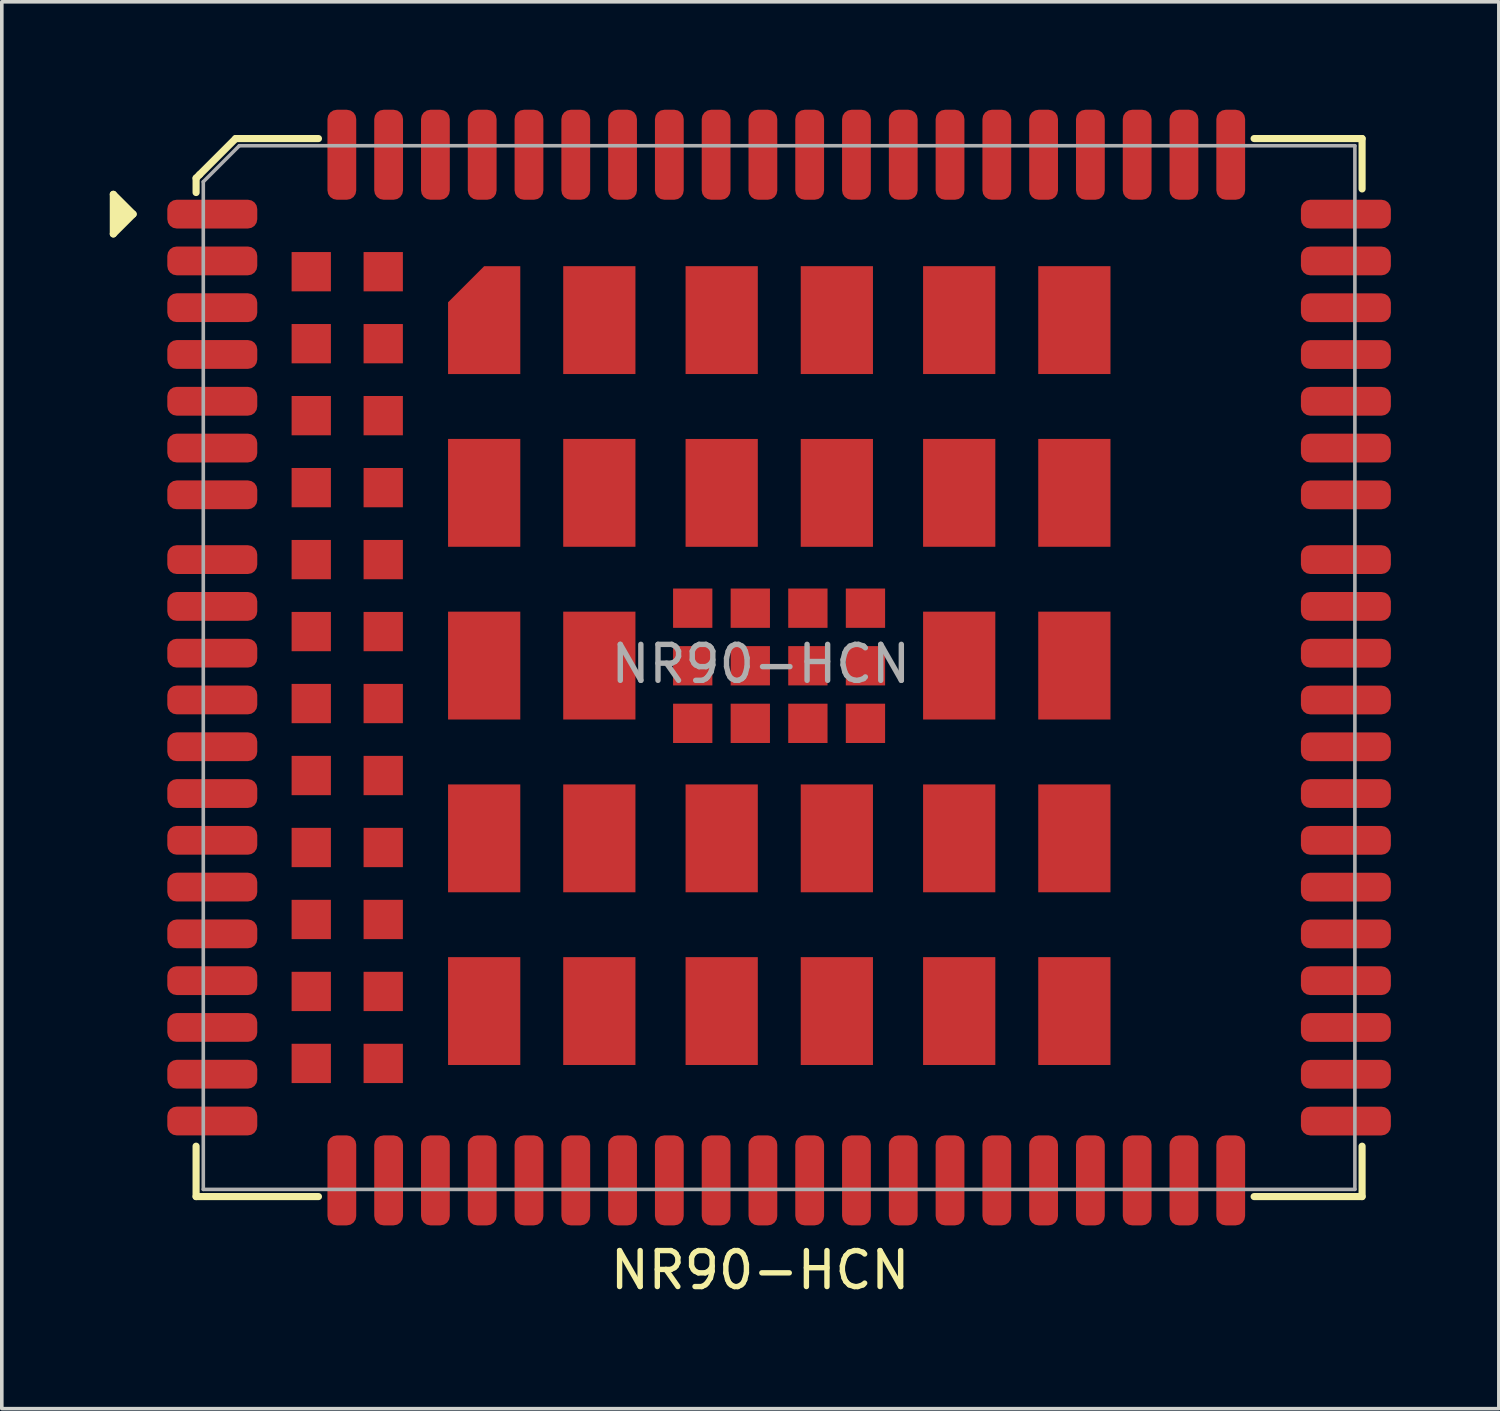
<source format=kicad_pcb>
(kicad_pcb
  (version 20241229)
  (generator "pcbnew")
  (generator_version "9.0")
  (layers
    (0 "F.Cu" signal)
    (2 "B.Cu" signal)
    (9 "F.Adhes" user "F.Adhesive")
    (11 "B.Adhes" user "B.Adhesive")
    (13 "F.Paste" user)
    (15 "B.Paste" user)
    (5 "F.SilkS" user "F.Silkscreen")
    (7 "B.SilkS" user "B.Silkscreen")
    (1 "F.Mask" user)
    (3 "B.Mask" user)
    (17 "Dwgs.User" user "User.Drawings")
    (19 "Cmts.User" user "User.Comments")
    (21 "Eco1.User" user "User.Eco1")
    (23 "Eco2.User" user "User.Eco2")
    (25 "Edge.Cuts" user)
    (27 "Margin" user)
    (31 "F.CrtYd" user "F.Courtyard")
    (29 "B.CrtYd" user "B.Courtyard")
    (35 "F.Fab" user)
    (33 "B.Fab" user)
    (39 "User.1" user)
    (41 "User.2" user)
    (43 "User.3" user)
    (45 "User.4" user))
  (footprint "NR90-HCN"
    (layer "F.Cu")
    (at 18.091 15.4)
    (property "Reference" "NR90-HCN" (at -0.019 16.845 180) (layer "F.SilkS") (effects (font (size 1 1) (thickness 0.15))))
    (fp_poly (pts (xy 14.282 -8.48) (xy 14.095 -8.416) (xy 13.745 -8.232) (xy 13.428 -7.997) (xy 13.151 -7.715) (xy 12.921 -7.393) (xy 12.744 -7.04) (xy 12.623 -6.664) (xy 12.562 -6.274) (xy 12.562 -6.076) (xy 12.562 -5.878) (xy 12.623 -5.488) (xy 12.744 -5.112) (xy 12.921 -4.759) (xy 13.151 -4.437) (xy 13.428 -4.155) (xy 13.745 -3.919) (xy 14.095 -3.736) (xy 14.282 -3.672) (xy 14.282 -5.279) (xy 14.209 -5.362) (xy 14.089 -5.546) (xy 14.006 -5.75) (xy 13.964 -5.966) (xy 13.959 -6.076) (xy 13.964 -6.186) (xy 14.006 -6.402) (xy 14.089 -6.606) (xy 14.209 -6.79) (xy 14.282 -6.873)) (stroke (width 0) (type default)) (fill yes) (layer "F.Mask"))
    (fp_poly (pts (xy 14.086 12.277) (xy 14.022 12.09) (xy 13.838 11.74) (xy 13.603 11.423) (xy 13.321 11.146) (xy 12.999 10.916) (xy 12.646 10.739) (xy 12.27 10.618) (xy 11.879 10.557) (xy 11.682 10.557) (xy 11.484 10.557) (xy 11.094 10.618) (xy 10.718 10.739) (xy 10.364 10.916) (xy 10.043 11.146) (xy 9.761 11.423) (xy 9.525 11.74) (xy 9.342 12.09) (xy 9.278 12.277) (xy 10.885 12.277) (xy 10.968 12.204) (xy 11.152 12.084) (xy 11.356 12.001) (xy 11.572 11.959) (xy 11.682 11.954) (xy 11.792 11.959) (xy 12.008 12.001) (xy 12.212 12.084) (xy 12.396 12.204) (xy 12.479 12.277) (xy 12.479 12.277)) (stroke (width 0) (type default)) (fill yes) (layer "F.Mask"))
    (fp_poly (pts (xy 14.282 -2.78) (xy 14.095 -2.716) (xy 13.745 -2.532) (xy 13.428 -2.297) (xy 13.151 -2.015) (xy 12.921 -1.693) (xy 12.744 -1.34) (xy 12.623 -0.964) (xy 12.562 -0.574) (xy 12.562 -0.376) (xy 12.562 -0.178) (xy 12.623 0.212) (xy 12.744 0.588) (xy 12.921 0.941) (xy 13.151 1.263) (xy 13.428 1.545) (xy 13.745 1.781) (xy 14.095 1.964) (xy 14.282 2.028) (xy 14.282 0.421) (xy 14.209 0.338) (xy 14.089 0.154) (xy 14.006 -0.05) (xy 13.964 -0.266) (xy 13.959 -0.376) (xy 13.964 -0.486) (xy 14.006 -0.702) (xy 14.089 -0.906) (xy 14.209 -1.09) (xy 14.282 -1.173) (xy 14.282 -1.173)) (stroke (width 0) (type default)) (fill yes) (layer "F.Mask"))
    (fp_line (start -17.992 -13.05) (end -17.992 -11.95) (stroke (width 0.198) (type solid)) (layer "F.SilkS"))
    (fp_line (start -17.442 -12.5) (end -17.992 -13.05) (stroke (width 0.198) (type solid)) (layer "F.SilkS"))
    (fp_line (start -17.442 -12.5) (end -17.992 -11.95) (stroke (width 0.198) (type solid)) (layer "F.SilkS"))
    (fp_line (start -15.692 -13.5) (end -15.692 -13.1) (stroke (width 0.198) (type solid)) (layer "F.SilkS"))
    (fp_line (start -15.692 13.4) (end -15.692 14.8) (stroke (width 0.198) (type solid)) (layer "F.SilkS"))
    (fp_line (start -15.592 -13.6) (end -15.692 -13.5) (stroke (width 0.198) (type solid)) (layer "F.SilkS"))
    (fp_line (start -14.592 -14.6) (end -15.592 -13.6) (stroke (width 0.198) (type solid)) (layer "F.SilkS"))
    (fp_line (start -12.292 -14.6) (end -14.592 -14.6) (stroke (width 0.198) (type solid)) (layer "F.SilkS"))
    (fp_line (start -12.292 14.8) (end -15.692 14.8) (stroke (width 0.198) (type solid)) (layer "F.SilkS"))
    (fp_line (start 16.708 -14.6) (end 13.708 -14.6) (stroke (width 0.198) (type solid)) (layer "F.SilkS"))
    (fp_line (start 16.708 -14.6) (end 16.708 -13.2) (stroke (width 0.198) (type solid)) (layer "F.SilkS"))
    (fp_line (start 16.708 13.4) (end 16.708 14.8) (stroke (width 0.198) (type solid)) (layer "F.SilkS"))
    (fp_line (start 16.708 14.8) (end 13.708 14.8) (stroke (width 0.198) (type solid)) (layer "F.SilkS"))
    (fp_poly (pts (xy -17.442 -12.5) (xy -17.992 -13.05) (xy -17.992 -11.95)) (stroke (width 0) (type default)) (fill yes) (layer "F.SilkS"))
    (fp_line (start -15.492 -13.4) (end -15.492 14.6) (stroke (width 0.1) (type solid)) (layer "F.Fab"))
    (fp_line (start -14.492 -14.4) (end -15.492 -13.4) (stroke (width 0.1) (type solid)) (layer "F.Fab"))
    (fp_line (start 16.508 -14.4) (end -14.492 -14.4) (stroke (width 0.1) (type solid)) (layer "F.Fab"))
    (fp_line (start 16.508 -14.4) (end 16.508 14.6) (stroke (width 0.1) (type solid)) (layer "F.Fab"))
    (fp_line (start 16.508 14.6) (end -15.492 14.6) (stroke (width 0.1) (type solid)) (layer "F.Fab"))
    (fp_text user "${REFERENCE}" (at 0 0 0) (layer "F.Fab") (effects (font (size 1 1) (thickness 0.15))))
    (pad "1" smd roundrect (at -15.242 -12.5 180) (size 2.5 0.8) (layers "F.Cu" "F.Mask" "F.Paste") (roundrect_rratio 0.325))
    (pad "2" smd roundrect (at -15.242 -11.2 180) (size 2.5 0.8) (layers "F.Cu" "F.Mask" "F.Paste") (roundrect_rratio 0.325))
    (pad "3" smd roundrect (at -15.242 -9.9 180) (size 2.5 0.8) (layers "F.Cu" "F.Mask" "F.Paste") (roundrect_rratio 0.325))
    (pad "4" smd roundrect (at -15.242 -8.6 180) (size 2.5 0.8) (layers "F.Cu" "F.Mask" "F.Paste") (roundrect_rratio 0.325))
    (pad "5" smd roundrect (at -15.242 -7.3 180) (size 2.5 0.8) (layers "F.Cu" "F.Mask" "F.Paste") (roundrect_rratio 0.325))
    (pad "6" smd roundrect (at -15.242 -6 180) (size 2.5 0.8) (layers "F.Cu" "F.Mask" "F.Paste") (roundrect_rratio 0.325))
    (pad "7" smd roundrect (at -15.242 -4.7 180) (size 2.5 0.8) (layers "F.Cu" "F.Mask" "F.Paste") (roundrect_rratio 0.325))
    (pad "8" smd roundrect (at -15.242 -0.3 180) (size 2.5 0.8) (layers "F.Cu" "F.Mask" "F.Paste") (roundrect_rratio 0.325))
    (pad "9" smd roundrect (at -15.242 1 180) (size 2.5 0.8) (layers "F.Cu" "F.Mask" "F.Paste") (roundrect_rratio 0.325))
    (pad "10" smd roundrect (at -15.242 2.3 180) (size 2.5 0.8) (layers "F.Cu" "F.Mask" "F.Paste") (roundrect_rratio 0.325))
    (pad "11" smd roundrect (at -15.242 3.6 180) (size 2.5 0.8) (layers "F.Cu" "F.Mask" "F.Paste") (roundrect_rratio 0.325))
    (pad "12" smd roundrect (at -15.242 4.9 180) (size 2.5 0.8) (layers "F.Cu" "F.Mask" "F.Paste") (roundrect_rratio 0.325))
    (pad "13" smd roundrect (at -15.242 6.2 180) (size 2.5 0.8) (layers "F.Cu" "F.Mask" "F.Paste") (roundrect_rratio 0.325))
    (pad "14" smd roundrect (at -15.242 7.5 180) (size 2.5 0.8) (layers "F.Cu" "F.Mask" "F.Paste") (roundrect_rratio 0.325))
    (pad "15" smd roundrect (at -15.242 8.8 180) (size 2.5 0.8) (layers "F.Cu" "F.Mask" "F.Paste") (roundrect_rratio 0.325))
    (pad "16" smd roundrect (at -15.242 10.1 180) (size 2.5 0.8) (layers "F.Cu" "F.Mask" "F.Paste") (roundrect_rratio 0.325))
    (pad "17" smd roundrect (at -15.242 11.4 180) (size 2.5 0.8) (layers "F.Cu" "F.Mask" "F.Paste") (roundrect_rratio 0.325))
    (pad "18" smd roundrect (at -15.242 12.7 180) (size 2.5 0.8) (layers "F.Cu" "F.Mask" "F.Paste") (roundrect_rratio 0.325))
    (pad "19" smd roundrect (at -9.042 14.35 270) (size 2.5 0.8) (layers "F.Cu" "F.Mask" "F.Paste") (roundrect_rratio 0.325))
    (pad "20" smd roundrect (at -7.742 14.35 270) (size 2.5 0.8) (layers "F.Cu" "F.Mask" "F.Paste") (roundrect_rratio 0.325))
    (pad "21" smd roundrect (at -6.442 14.35 270) (size 2.5 0.8) (layers "F.Cu" "F.Mask" "F.Paste") (roundrect_rratio 0.325))
    (pad "22" smd roundrect (at -5.142 14.35 270) (size 2.5 0.8) (layers "F.Cu" "F.Mask" "F.Paste") (roundrect_rratio 0.325))
    (pad "23" smd roundrect (at -3.842 14.35 270) (size 2.5 0.8) (layers "F.Cu" "F.Mask" "F.Paste") (roundrect_rratio 0.325))
    (pad "24" smd roundrect (at -2.542 14.35 270) (size 2.5 0.8) (layers "F.Cu" "F.Mask" "F.Paste") (roundrect_rratio 0.325))
    (pad "25" smd roundrect (at -1.242 14.35 270) (size 2.5 0.8) (layers "F.Cu" "F.Mask" "F.Paste") (roundrect_rratio 0.325))
    (pad "26" smd roundrect (at 0.058 14.35 270) (size 2.5 0.8) (layers "F.Cu" "F.Mask" "F.Paste") (roundrect_rratio 0.325))
    (pad "27" smd roundrect (at 1.358 14.35 270) (size 2.5 0.8) (layers "F.Cu" "F.Mask" "F.Paste") (roundrect_rratio 0.325))
    (pad "28" smd roundrect (at 2.658 14.35 270) (size 2.5 0.8) (layers "F.Cu" "F.Mask" "F.Paste") (roundrect_rratio 0.325))
    (pad "29" smd roundrect (at 3.958 14.35 270) (size 2.5 0.8) (layers "F.Cu" "F.Mask" "F.Paste") (roundrect_rratio 0.325))
    (pad "30" smd roundrect (at 5.258 14.35 270) (size 2.5 0.8) (layers "F.Cu" "F.Mask" "F.Paste") (roundrect_rratio 0.325))
    (pad "31" smd roundrect (at 6.558 14.35 270) (size 2.5 0.8) (layers "F.Cu" "F.Mask" "F.Paste") (roundrect_rratio 0.325))
    (pad "32" smd roundrect (at 7.858 14.35 270) (size 2.5 0.8) (layers "F.Cu" "F.Mask" "F.Paste") (roundrect_rratio 0.325))
    (pad "33" smd roundrect (at 9.158 14.35 270) (size 2.5 0.8) (layers "F.Cu" "F.Mask" "F.Paste") (roundrect_rratio 0.325))
    (pad "34" smd roundrect (at 10.458 14.35 270) (size 2.5 0.8) (layers "F.Cu" "F.Mask" "F.Paste") (roundrect_rratio 0.325))
    (pad "35" smd roundrect (at 11.758 14.35 270) (size 2.5 0.8) (layers "F.Cu" "F.Mask" "F.Paste") (roundrect_rratio 0.325))
    (pad "36" smd roundrect (at 13.058 14.35 270) (size 2.5 0.8) (layers "F.Cu" "F.Mask" "F.Paste") (roundrect_rratio 0.325))
    (pad "37" smd roundrect (at 16.258 12.701) (size 2.5 0.8) (layers "F.Cu" "F.Mask" "F.Paste") (roundrect_rratio 0.325))
    (pad "38" smd roundrect (at 16.258 11.401) (size 2.5 0.8) (layers "F.Cu" "F.Mask" "F.Paste") (roundrect_rratio 0.325))
    (pad "39" smd roundrect (at 16.258 10.101) (size 2.5 0.8) (layers "F.Cu" "F.Mask" "F.Paste") (roundrect_rratio 0.325))
    (pad "40" smd roundrect (at 16.258 8.801) (size 2.5 0.8) (layers "F.Cu" "F.Mask" "F.Paste") (roundrect_rratio 0.325))
    (pad "41" smd roundrect (at 16.258 7.501) (size 2.5 0.8) (layers "F.Cu" "F.Mask" "F.Paste") (roundrect_rratio 0.325))
    (pad "42" smd roundrect (at 16.258 6.201) (size 2.5 0.8) (layers "F.Cu" "F.Mask" "F.Paste") (roundrect_rratio 0.325))
    (pad "43" smd roundrect (at 16.258 4.901) (size 2.5 0.8) (layers "F.Cu" "F.Mask" "F.Paste") (roundrect_rratio 0.325))
    (pad "44" smd roundrect (at 16.258 3.601) (size 2.5 0.8) (layers "F.Cu" "F.Mask" "F.Paste") (roundrect_rratio 0.325))
    (pad "45" smd roundrect (at 16.258 2.301) (size 2.5 0.8) (layers "F.Cu" "F.Mask" "F.Paste") (roundrect_rratio 0.325))
    (pad "46" smd roundrect (at 16.258 1.001) (size 2.5 0.8) (layers "F.Cu" "F.Mask" "F.Paste") (roundrect_rratio 0.325))
    (pad "47" smd roundrect (at 16.258 -0.299) (size 2.5 0.8) (layers "F.Cu" "F.Mask" "F.Paste") (roundrect_rratio 0.325))
    (pad "48" smd roundrect (at 16.258 -4.699) (size 2.5 0.8) (layers "F.Cu" "F.Mask" "F.Paste") (roundrect_rratio 0.325))
    (pad "49" smd roundrect (at 16.258 -5.999) (size 2.5 0.8) (layers "F.Cu" "F.Mask" "F.Paste") (roundrect_rratio 0.325))
    (pad "50" smd roundrect (at 16.258 -7.299) (size 2.5 0.8) (layers "F.Cu" "F.Mask" "F.Paste") (roundrect_rratio 0.325))
    (pad "51" smd roundrect (at 16.258 -8.599) (size 2.5 0.8) (layers "F.Cu" "F.Mask" "F.Paste") (roundrect_rratio 0.325))
    (pad "52" smd roundrect (at 16.258 -9.899) (size 2.5 0.8) (layers "F.Cu" "F.Mask" "F.Paste") (roundrect_rratio 0.325))
    (pad "53" smd roundrect (at 16.258 -11.199) (size 2.5 0.8) (layers "F.Cu" "F.Mask" "F.Paste") (roundrect_rratio 0.325))
    (pad "54" smd roundrect (at 16.258 -12.5) (size 2.5 0.8) (layers "F.Cu" "F.Mask" "F.Paste") (roundrect_rratio 0.325))
    (pad "55" smd roundrect (at 13.058 -14.15 90) (size 2.5 0.8) (layers "F.Cu" "F.Mask" "F.Paste") (roundrect_rratio 0.325))
    (pad "56" smd roundrect (at 11.758 -14.15 90) (size 2.5 0.8) (layers "F.Cu" "F.Mask" "F.Paste") (roundrect_rratio 0.325))
    (pad "57" smd roundrect (at 10.458 -14.15 90) (size 2.5 0.8) (layers "F.Cu" "F.Mask" "F.Paste") (roundrect_rratio 0.325))
    (pad "58" smd roundrect (at 9.158 -14.15 90) (size 2.5 0.8) (layers "F.Cu" "F.Mask" "F.Paste") (roundrect_rratio 0.325))
    (pad "59" smd roundrect (at 7.858 -14.15 90) (size 2.5 0.8) (layers "F.Cu" "F.Mask" "F.Paste") (roundrect_rratio 0.325))
    (pad "60" smd roundrect (at 6.558 -14.15 90) (size 2.5 0.8) (layers "F.Cu" "F.Mask" "F.Paste") (roundrect_rratio 0.325))
    (pad "61" smd roundrect (at 5.258 -14.15 90) (size 2.5 0.8) (layers "F.Cu" "F.Mask" "F.Paste") (roundrect_rratio 0.325))
    (pad "62" smd roundrect (at 3.958 -14.15 90) (size 2.5 0.8) (layers "F.Cu" "F.Mask" "F.Paste") (roundrect_rratio 0.325))
    (pad "63" smd roundrect (at 2.658 -14.15 90) (size 2.5 0.8) (layers "F.Cu" "F.Mask" "F.Paste") (roundrect_rratio 0.325))
    (pad "64" smd roundrect (at 1.358 -14.15 90) (size 2.5 0.8) (layers "F.Cu" "F.Mask" "F.Paste") (roundrect_rratio 0.325))
    (pad "65" smd roundrect (at 0.058 -14.15 90) (size 2.5 0.8) (layers "F.Cu" "F.Mask" "F.Paste") (roundrect_rratio 0.325))
    (pad "66" smd roundrect (at -1.242 -14.15 90) (size 2.5 0.8) (layers "F.Cu" "F.Mask" "F.Paste") (roundrect_rratio 0.325))
    (pad "67" smd roundrect (at -2.542 -14.15 90) (size 2.5 0.8) (layers "F.Cu" "F.Mask" "F.Paste") (roundrect_rratio 0.325))
    (pad "68" smd roundrect (at -3.842 -14.15 90) (size 2.5 0.8) (layers "F.Cu" "F.Mask" "F.Paste") (roundrect_rratio 0.325))
    (pad "69" smd roundrect (at -5.142 -14.15 90) (size 2.5 0.8) (layers "F.Cu" "F.Mask" "F.Paste") (roundrect_rratio 0.325))
    (pad "70" smd roundrect (at -6.442 -14.15 90) (size 2.5 0.8) (layers "F.Cu" "F.Mask" "F.Paste") (roundrect_rratio 0.325))
    (pad "71" smd roundrect (at -7.742 -14.15 90) (size 2.5 0.8) (layers "F.Cu" "F.Mask" "F.Paste") (roundrect_rratio 0.325))
    (pad "72" smd roundrect (at -9.042 -14.15 90) (size 2.5 0.8) (layers "F.Cu" "F.Mask" "F.Paste") (roundrect_rratio 0.325))
    (pad "73" smd rect (at 2.908 -1.55 180) (size 1.092 1.092) (layers "F.Cu" "F.Mask" "F.Paste"))
    (pad "74" smd rect (at 2.908 0.05 180) (size 1.092 1.092) (layers "F.Cu" "F.Mask" "F.Paste"))
    (pad "75" smd rect (at 2.908 1.65 180) (size 1.092 1.092) (layers "F.Cu" "F.Mask" "F.Paste"))
    (pad "76" smd rect (at 1.308 -1.55 180) (size 1.092 1.092) (layers "F.Cu" "F.Mask" "F.Paste"))
    (pad "77" smd rect (at 1.308 0.05 180) (size 1.092 1.092) (layers "F.Cu" "F.Mask" "F.Paste"))
    (pad "78" smd rect (at 1.308 1.65 180) (size 1.092 1.092) (layers "F.Cu" "F.Mask" "F.Paste"))
    (pad "79" smd rect (at -0.292 -1.55 180) (size 1.092 1.092) (layers "F.Cu" "F.Mask" "F.Paste"))
    (pad "80" smd rect (at -0.292 0.05 180) (size 1.092 1.092) (layers "F.Cu" "F.Mask" "F.Paste"))
    (pad "81" smd rect (at -0.292 1.65 180) (size 1.092 1.092) (layers "F.Cu" "F.Mask" "F.Paste"))
    (pad "82" smd rect (at -1.892 -1.55 180) (size 1.092 1.092) (layers "F.Cu" "F.Mask" "F.Paste"))
    (pad "83" smd rect (at -1.892 0.05 180) (size 1.092 1.092) (layers "F.Cu" "F.Mask" "F.Paste"))
    (pad "84" smd rect (at -1.892 1.65 180) (size 1.092 1.092) (layers "F.Cu" "F.Mask" "F.Paste"))
    (pad "85" smd rect (at 8.713 -9.555 180) (size 2.007 2.997) (layers "F.Cu" "F.Mask" "F.Paste"))
    (pad "86" smd rect (at 8.713 -4.755 180) (size 2.007 2.997) (layers "F.Cu" "F.Mask" "F.Paste"))
    (pad "87" smd rect (at 8.713 0.045 180) (size 2.007 2.997) (layers "F.Cu" "F.Mask" "F.Paste"))
    (pad "88" smd rect (at 8.713 4.846 180) (size 2.007 2.997) (layers "F.Cu" "F.Mask" "F.Paste"))
    (pad "89" smd rect (at 8.713 9.645 180) (size 2.007 2.997) (layers "F.Cu" "F.Mask" "F.Paste"))
    (pad "90" smd rect (at 5.513 -9.555 180) (size 2.007 2.997) (layers "F.Cu" "F.Mask" "F.Paste"))
    (pad "91" smd rect (at 5.513 -4.755 180) (size 2.007 2.997) (layers "F.Cu" "F.Mask" "F.Paste"))
    (pad "92" smd rect (at 5.513 0.045 180) (size 2.007 2.997) (layers "F.Cu" "F.Mask" "F.Paste"))
    (pad "93" smd rect (at 5.513 4.846 180) (size 2.007 2.997) (layers "F.Cu" "F.Mask" "F.Paste"))
    (pad "94" smd rect (at 5.513 9.645 180) (size 2.007 2.997) (layers "F.Cu" "F.Mask" "F.Paste"))
    (pad "95" smd rect (at 2.113 -9.555 180) (size 2.007 2.997) (layers "F.Cu" "F.Mask" "F.Paste"))
    (pad "96" smd rect (at 2.113 -4.754 180) (size 2.007 2.997) (layers "F.Cu" "F.Mask" "F.Paste"))
    (pad "97" smd rect (at 2.113 4.846 180) (size 2.007 2.997) (layers "F.Cu" "F.Mask" "F.Paste"))
    (pad "98" smd rect (at 2.113 9.645 180) (size 2.007 2.997) (layers "F.Cu" "F.Mask" "F.Paste"))
    (pad "99" smd rect (at -1.087 -9.555 180) (size 2.007 2.997) (layers "F.Cu" "F.Mask" "F.Paste"))
    (pad "100" smd rect (at -1.087 -4.754 180) (size 2.007 2.997) (layers "F.Cu" "F.Mask" "F.Paste"))
    (pad "101" smd rect (at -1.087 4.846 180) (size 2.007 2.997) (layers "F.Cu" "F.Mask" "F.Paste"))
    (pad "102" smd rect (at -1.087 9.645 180) (size 2.007 2.997) (layers "F.Cu" "F.Mask" "F.Paste"))
    (pad "103" smd rect (at -4.487 -9.555 180) (size 2.007 2.997) (layers "F.Cu" "F.Mask" "F.Paste"))
    (pad "104" smd rect (at -4.487 -4.755 180) (size 2.007 2.997) (layers "F.Cu" "F.Mask" "F.Paste"))
    (pad "105" smd rect (at -4.487 0.045 180) (size 2.007 2.997) (layers "F.Cu" "F.Mask" "F.Paste"))
    (pad "106" smd rect (at -4.487 4.846 180) (size 2.007 2.997) (layers "F.Cu" "F.Mask" "F.Paste"))
    (pad "107" smd rect (at -4.487 9.645 180) (size 2.007 2.997) (layers "F.Cu" "F.Mask" "F.Paste"))
    (pad "108" smd roundrect (at -7.687 -9.555 180) (size 2.007 2.997) (layers "F.Cu" "F.Mask" "F.Paste") (roundrect_rratio 0) (chamfer_ratio 0.5) (chamfer bottom_right))
    (pad "109" smd rect (at -7.687 -4.755 180) (size 2.007 2.997) (layers "F.Cu" "F.Mask" "F.Paste"))
    (pad "110" smd rect (at -7.687 0.045 180) (size 2.007 2.997) (layers "F.Cu" "F.Mask" "F.Paste"))
    (pad "111" smd rect (at -7.687 4.846 180) (size 2.007 2.997) (layers "F.Cu" "F.Mask" "F.Paste"))
    (pad "112" smd rect (at -7.687 9.645 180) (size 2.007 2.997) (layers "F.Cu" "F.Mask" "F.Paste"))
    (pad "113" smd roundrect (at -10.342 -14.15 270) (size 2.5 0.8) (layers "F.Cu" "F.Mask" "F.Paste") (roundrect_rratio 0.325))
    (pad "114" smd roundrect (at -11.642 -14.15 270) (size 2.5 0.8) (layers "F.Cu" "F.Mask" "F.Paste") (roundrect_rratio 0.325))
    (pad "115" smd roundrect (at -10.342 14.35 270) (size 2.5 0.8) (layers "F.Cu" "F.Mask" "F.Paste") (roundrect_rratio 0.325))
    (pad "116" smd roundrect (at -11.642 14.35 270) (size 2.5 0.8) (layers "F.Cu" "F.Mask" "F.Paste") (roundrect_rratio 0.325))
    (pad "117" smd rect (at -10.492 -10.9 180) (size 1.092 1.092) (layers "F.Cu" "F.Mask" "F.Paste"))
    (pad "118" smd rect (at -10.492 -8.9 180) (size 1.092 1.092) (layers "F.Cu" "F.Mask" "F.Paste"))
    (pad "119" smd rect (at -10.492 -6.9 180) (size 1.092 1.092) (layers "F.Cu" "F.Mask" "F.Paste"))
    (pad "120" smd rect (at -10.492 -4.9 180) (size 1.092 1.092) (layers "F.Cu" "F.Mask" "F.Paste"))
    (pad "121" smd rect (at -10.492 -2.9 180) (size 1.092 1.092) (layers "F.Cu" "F.Mask" "F.Paste"))
    (pad "122" smd rect (at -10.492 -0.9 180) (size 1.092 1.092) (layers "F.Cu" "F.Mask" "F.Paste"))
    (pad "123" smd rect (at -10.492 1.1 180) (size 1.092 1.092) (layers "F.Cu" "F.Mask" "F.Paste"))
    (pad "124" smd rect (at -10.492 3.1 180) (size 1.092 1.092) (layers "F.Cu" "F.Mask" "F.Paste"))
    (pad "125" smd rect (at -10.492 5.1 180) (size 1.092 1.092) (layers "F.Cu" "F.Mask" "F.Paste"))
    (pad "126" smd rect (at -10.492 7.1 180) (size 1.092 1.092) (layers "F.Cu" "F.Mask" "F.Paste"))
    (pad "127" smd rect (at -10.492 9.1 180) (size 1.092 1.092) (layers "F.Cu" "F.Mask" "F.Paste"))
    (pad "128" smd rect (at -10.492 11.1 180) (size 1.092 1.092) (layers "F.Cu" "F.Mask" "F.Paste"))
    (pad "129" smd rect (at -12.492 -10.9 180) (size 1.092 1.092) (layers "F.Cu" "F.Mask" "F.Paste"))
    (pad "130" smd rect (at -12.492 -8.9 180) (size 1.092 1.092) (layers "F.Cu" "F.Mask" "F.Paste"))
    (pad "131" smd rect (at -12.492 -6.9 180) (size 1.092 1.092) (layers "F.Cu" "F.Mask" "F.Paste"))
    (pad "132" smd rect (at -12.492 -4.9 180) (size 1.092 1.092) (layers "F.Cu" "F.Mask" "F.Paste"))
    (pad "133" smd rect (at -12.492 -2.9 180) (size 1.092 1.092) (layers "F.Cu" "F.Mask" "F.Paste"))
    (pad "134" smd rect (at -12.492 -0.9 180) (size 1.092 1.092) (layers "F.Cu" "F.Mask" "F.Paste"))
    (pad "135" smd rect (at -12.492 1.1 180) (size 1.092 1.092) (layers "F.Cu" "F.Mask" "F.Paste"))
    (pad "136" smd rect (at -12.492 3.1 180) (size 1.092 1.092) (layers "F.Cu" "F.Mask" "F.Paste"))
    (pad "137" smd rect (at -12.492 5.1 180) (size 1.092 1.092) (layers "F.Cu" "F.Mask" "F.Paste"))
    (pad "138" smd rect (at -12.492 7.1 180) (size 1.092 1.092) (layers "F.Cu" "F.Mask" "F.Paste"))
    (pad "139" smd rect (at -12.492 9.1 180) (size 1.092 1.092) (layers "F.Cu" "F.Mask" "F.Paste"))
    (pad "140" smd rect (at -12.492 11.1 180) (size 1.092 1.092) (layers "F.Cu" "F.Mask" "F.Paste"))
    (pad "141" smd roundrect (at -15.242 -2.9 180) (size 2.5 0.8) (layers "F.Cu" "F.Mask" "F.Paste") (roundrect_rratio 0.325))
    (pad "142" smd roundrect (at -15.242 -1.6 180) (size 2.5 0.8) (layers "F.Cu" "F.Mask" "F.Paste") (roundrect_rratio 0.325))
    (pad "143" smd roundrect (at 16.258 -1.6 180) (size 2.5 0.8) (layers "F.Cu" "F.Mask" "F.Paste") (roundrect_rratio 0.325))
    (pad "144" smd roundrect (at 16.258 -2.9 180) (size 2.5 0.8) (layers "F.Cu" "F.Mask" "F.Paste") (roundrect_rratio 0.325)))
  (gr_rect
    (start -3 -3)
    (end 38.599 36.093)
    (stroke (width 0.1) (type default))
    (fill no)
    (layer "Edge.Cuts")))
</source>
